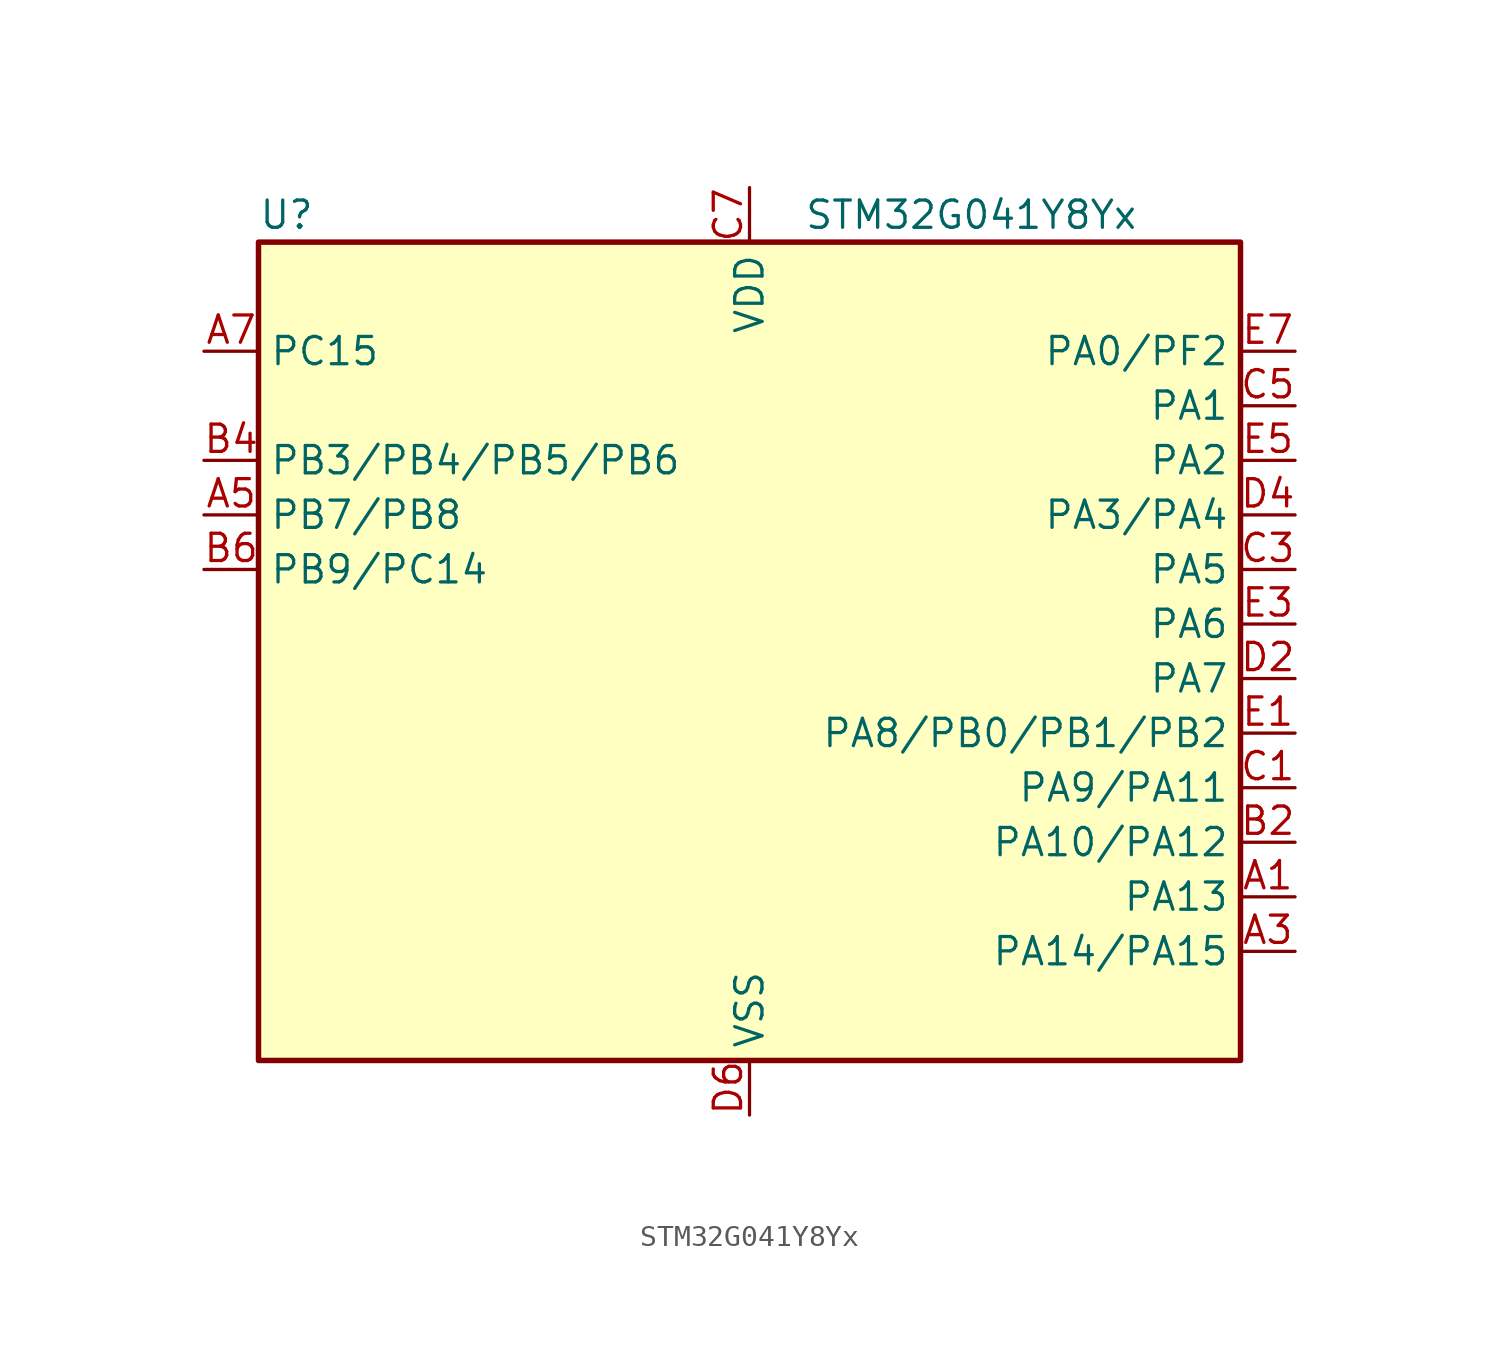
<source format=kicad_sym>
(kicad_symbol_lib
  (version 20241209)
  (generator "kicad_symbol_editor")
  (generator_version "9.0")
  (symbol "STM32G041Y8Yx"
    (property "Reference" "U"
      (at -22.86 21.59 0)
      (effects (font (size 1.27 1.27)) (justify left)))
    (property "Value" "STM32G041Y8Yx"
      (at 2.54 21.59 0)
      (effects (font (size 1.27 1.27)) (justify left)))
    (symbol "STM32G041Y8Yx_0_1"
      (rectangle (start -22.86 -17.78) (end 22.86 20.32) (stroke (width 0.254) (type default)) (fill (type background))))
    (symbol "STM32G041Y8Yx_1_1"
      (pin bidirectional line (at -25.4 15.24 0) (length 2.54) (name "PC15" (effects (font (size 1.27 1.27)))) (number "A7" (effects (font (size 1.27 1.27)))) (alternate "RCC_OSC32_EN" bidirectional line) (alternate "RCC_OSC32_OUT" bidirectional line) (alternate "RCC_OSC_EN" bidirectional line))
      (pin bidirectional line (at -25.4 10.16 0) (length 2.54) (name "PB3/PB4/PB5/PB6" (effects (font (size 1.27 1.27)))) (number "B4" (effects (font (size 1.27 1.27)))) (alternate "I2C1_SCL (PB6)" bidirectional line) (alternate "I2C1_SMBA (PB5)" bidirectional line) (alternate "I2S1_CK (PB3)" bidirectional line) (alternate "I2S1_MCK (PB4)" bidirectional line) (alternate "I2S1_SD (PB5)" bidirectional line) (alternate "LPTIM1_ETR (PB6)" bidirectional line) (alternate "LPTIM1_IN1 (PB5)" bidirectional line) (alternate "PB3" bidirectional line) (alternate "PB4" bidirectional line) (alternate "PB5" bidirectional line) (alternate "PB6" bidirectional line) (alternate "SPI1_MISO (PB4)" bidirectional line) (alternate "SPI1_MOSI (PB5)" bidirectional line) (alternate "SPI1_SCK (PB3)" bidirectional line) (alternate "SPI2_MISO (PB6)" bidirectional line) (alternate "SYS_WKUP6 (PB5)" bidirectional line) (alternate "TIM16_BK (PB5)" bidirectional line) (alternate "TIM16_CH1N (PB6)" bidirectional line) (alternate "TIM17_BK (PB4)" bidirectional line) (alternate "TIM1_CH2 (PB3)" bidirectional line) (alternate "TIM1_CH3 (PB6)" bidirectional line) (alternate "TIM2_CH2 (PB3)" bidirectional line) (alternate "TIM3_CH1 (PB4)" bidirectional line) (alternate "TIM3_CH2 (PB5)" bidirectional line) (alternate "USART1_CK (PB3)" bidirectional line) (alternate "USART1_CTS (PB4)" bidirectional line) (alternate "USART1_DE (PB3)" bidirectional line) (alternate "USART1_NSS (PB4)" bidirectional line) (alternate "USART1_RTS (PB3)" bidirectional line) (alternate "USART1_TX (PB6)" bidirectional line))
      (pin bidirectional line (at -25.4 7.62 0) (length 2.54) (name "PB7/PB8" (effects (font (size 1.27 1.27)))) (number "A5" (effects (font (size 1.27 1.27)))) (alternate "ADC1_IN11 (PB7)" bidirectional line) (alternate "I2C1_SCL (PB8)" bidirectional line) (alternate "I2C1_SDA (PB7)" bidirectional line) (alternate "LPTIM1_IN2 (PB7)" bidirectional line) (alternate "PB7" bidirectional line) (alternate "PB8" bidirectional line) (alternate "SPI2_MOSI (PB7)" bidirectional line) (alternate "SPI2_SCK (PB8)" bidirectional line) (alternate "SYS_PVD_IN (PB7)" bidirectional line) (alternate "TIM16_CH1 (PB8)" bidirectional line) (alternate "TIM17_CH1N (PB7)" bidirectional line) (alternate "USART1_RX (PB7)" bidirectional line))
      (pin bidirectional line (at -25.4 5.08 0) (length 2.54) (name "PB9/PC14" (effects (font (size 1.27 1.27)))) (number "B6" (effects (font (size 1.27 1.27)))) (alternate "I2C1_SDA (PB9)" bidirectional line) (alternate "IR_OUT (PB9)" bidirectional line) (alternate "PB9" bidirectional line) (alternate "PC14" bidirectional line) (alternate "RCC_OSC32_IN (PC14)" bidirectional line) (alternate "RCC_OSC_IN (PC14)" bidirectional line) (alternate "SPI2_NSS (PB9)" bidirectional line) (alternate "TIM17_CH1 (PB9)" bidirectional line) (alternate "TIM1_BK2 (PC14)" bidirectional line))
      (pin power_in line (at 0 22.86 270) (length 2.54) (name "VDD" (effects (font (size 1.27 1.27)))) (number "C7" (effects (font (size 1.27 1.27)))))
      (pin power_in line (at 0 -20.32 90) (length 2.54) (name "VSS" (effects (font (size 1.27 1.27)))) (number "D6" (effects (font (size 1.27 1.27)))))
      (pin bidirectional line (at 25.4 15.24 180) (length 2.54) (name "PA0/PF2" (effects (font (size 1.27 1.27)))) (number "E7" (effects (font (size 1.27 1.27)))) (alternate "ADC1_IN0 (PA0)" bidirectional line) (alternate "LPTIM1_OUT (PA0)" bidirectional line) (alternate "PA0" bidirectional line) (alternate "PF2" bidirectional line) (alternate "RCC_MCO (PF2)" bidirectional line) (alternate "RTC_TAMP_IN2 (PA0)" bidirectional line) (alternate "SPI2_SCK (PA0)" bidirectional line) (alternate "SYS_WKUP1 (PA0)" bidirectional line) (alternate "TIM2_CH1 (PA0)" bidirectional line) (alternate "TIM2_ETR (PA0)" bidirectional line) (alternate "USART2_CTS (PA0)" bidirectional line) (alternate "USART2_NSS (PA0)" bidirectional line))
      (pin bidirectional line (at 25.4 12.7 180) (length 2.54) (name "PA1" (effects (font (size 1.27 1.27)))) (number "C5" (effects (font (size 1.27 1.27)))) (alternate "ADC1_IN1" bidirectional line) (alternate "I2C1_SMBA" bidirectional line) (alternate "I2S1_CK" bidirectional line) (alternate "SPI1_SCK" bidirectional line) (alternate "TIM2_CH2" bidirectional line) (alternate "USART2_CK" bidirectional line) (alternate "USART2_DE" bidirectional line) (alternate "USART2_RTS" bidirectional line))
      (pin bidirectional line (at 25.4 10.16 180) (length 2.54) (name "PA2" (effects (font (size 1.27 1.27)))) (number "E5" (effects (font (size 1.27 1.27)))) (alternate "ADC1_IN2" bidirectional line) (alternate "I2S1_SD" bidirectional line) (alternate "LPUART1_TX" bidirectional line) (alternate "RCC_LSCO" bidirectional line) (alternate "SPI1_MOSI" bidirectional line) (alternate "SYS_WKUP4" bidirectional line) (alternate "TIM2_CH3" bidirectional line) (alternate "USART2_TX" bidirectional line))
      (pin bidirectional line (at 25.4 7.62 180) (length 2.54) (name "PA3/PA4" (effects (font (size 1.27 1.27)))) (number "D4" (effects (font (size 1.27 1.27)))) (alternate "ADC1_IN3 (PA3)" bidirectional line) (alternate "ADC1_IN4 (PA4)" bidirectional line) (alternate "I2S1_WS (PA4)" bidirectional line) (alternate "LPTIM2_OUT (PA4)" bidirectional line) (alternate "LPUART1_RX (PA3)" bidirectional line) (alternate "PA3" bidirectional line) (alternate "PA4" bidirectional line) (alternate "RTC_OUT_ALARM (PA4)" bidirectional line) (alternate "RTC_OUT_CALIB (PA4)" bidirectional line) (alternate "RTC_TAMP_IN1 (PA4)" bidirectional line) (alternate "RTC_TS (PA4)" bidirectional line) (alternate "SPI1_NSS (PA4)" bidirectional line) (alternate "SPI2_MISO (PA3)" bidirectional line) (alternate "SPI2_MOSI (PA4)" bidirectional line) (alternate "SYS_WKUP2 (PA4)" bidirectional line) (alternate "TIM14_CH1 (PA4)" bidirectional line) (alternate "TIM2_CH4 (PA3)" bidirectional line) (alternate "USART2_RX (PA3)" bidirectional line))
      (pin bidirectional line (at 25.4 5.08 180) (length 2.54) (name "PA5" (effects (font (size 1.27 1.27)))) (number "C3" (effects (font (size 1.27 1.27)))) (alternate "ADC1_IN5" bidirectional line) (alternate "I2S1_CK" bidirectional line) (alternate "LPTIM2_ETR" bidirectional line) (alternate "SPI1_SCK" bidirectional line) (alternate "TIM2_CH1" bidirectional line) (alternate "TIM2_ETR" bidirectional line))
      (pin bidirectional line (at 25.4 2.54 180) (length 2.54) (name "PA6" (effects (font (size 1.27 1.27)))) (number "E3" (effects (font (size 1.27 1.27)))) (alternate "ADC1_IN6" bidirectional line) (alternate "I2S1_MCK" bidirectional line) (alternate "LPUART1_CTS" bidirectional line) (alternate "SPI1_MISO" bidirectional line) (alternate "TIM16_CH1" bidirectional line) (alternate "TIM1_BK" bidirectional line) (alternate "TIM3_CH1" bidirectional line))
      (pin bidirectional line (at 25.4 0 180) (length 2.54) (name "PA7" (effects (font (size 1.27 1.27)))) (number "D2" (effects (font (size 1.27 1.27)))) (alternate "ADC1_IN7" bidirectional line) (alternate "I2S1_SD" bidirectional line) (alternate "SPI1_MOSI" bidirectional line) (alternate "TIM14_CH1" bidirectional line) (alternate "TIM17_CH1" bidirectional line) (alternate "TIM1_CH1N" bidirectional line) (alternate "TIM3_CH2" bidirectional line))
      (pin bidirectional line (at 25.4 -2.54 180) (length 2.54) (name "PA8/PB0/PB1/PB2" (effects (font (size 1.27 1.27)))) (number "E1" (effects (font (size 1.27 1.27)))) (alternate "ADC1_IN10 (PB2)" bidirectional line) (alternate "ADC1_IN8 (PB0)" bidirectional line) (alternate "ADC1_IN9 (PB1)" bidirectional line) (alternate "I2S1_WS (PB0)" bidirectional line) (alternate "LPTIM1_OUT (PB0)" bidirectional line) (alternate "LPTIM1_OUT (PB2)" bidirectional line) (alternate "LPTIM2_IN1 (PB1)" bidirectional line) (alternate "LPTIM2_OUT (PA8)" bidirectional line) (alternate "LPUART1_DE (PB1)" bidirectional line) (alternate "LPUART1_RTS (PB1)" bidirectional line) (alternate "PA8" bidirectional line) (alternate "PB0" bidirectional line) (alternate "PB1" bidirectional line) (alternate "PB2" bidirectional line) (alternate "RCC_MCO (PA8)" bidirectional line) (alternate "SPI1_NSS (PB0)" bidirectional line) (alternate "SPI2_MISO (PB2)" bidirectional line) (alternate "SPI2_NSS (PA8)" bidirectional line) (alternate "TIM14_CH1 (PB1)" bidirectional line) (alternate "TIM1_CH1 (PA8)" bidirectional line) (alternate "TIM1_CH2N (PB0)" bidirectional line) (alternate "TIM1_CH3N (PB1)" bidirectional line) (alternate "TIM3_CH3 (PB0)" bidirectional line) (alternate "TIM3_CH4 (PB1)" bidirectional line))
      (pin bidirectional line (at 25.4 -5.08 180) (length 2.54) (name "PA9/PA11" (effects (font (size 1.27 1.27)))) (number "C1" (effects (font (size 1.27 1.27)))) (alternate "ADC1_EXTI11 (PA11)" bidirectional line) (alternate "ADC1_IN15 (PA11)" bidirectional line) (alternate "I2C1_SCL (PA9)" bidirectional line) (alternate "I2C2_SCL (PA11)" bidirectional line) (alternate "I2S1_MCK (PA11)" bidirectional line) (alternate "PA11" bidirectional line) (alternate "PA9" bidirectional line) (alternate "RCC_MCO (PA9)" bidirectional line) (alternate "SPI1_MISO (PA11)" bidirectional line) (alternate "SPI2_MISO (PA9)" bidirectional line) (alternate "TIM1_BK2 (PA11)" bidirectional line) (alternate "TIM1_CH2 (PA9)" bidirectional line) (alternate "TIM1_CH4 (PA11)" bidirectional line) (alternate "USART1_CTS (PA11)" bidirectional line) (alternate "USART1_NSS (PA11)" bidirectional line) (alternate "USART1_TX (PA9)" bidirectional line))
      (pin bidirectional line (at 25.4 -7.62 180) (length 2.54) (name "PA10/PA12" (effects (font (size 1.27 1.27)))) (number "B2" (effects (font (size 1.27 1.27)))) (alternate "ADC1_IN16 (PA12)" bidirectional line) (alternate "I2C1_SDA (PA10)" bidirectional line) (alternate "I2C2_SDA (PA12)" bidirectional line) (alternate "I2S1_SD (PA12)" bidirectional line) (alternate "I2S_CKIN (PA12)" bidirectional line) (alternate "PA10" bidirectional line) (alternate "PA12" bidirectional line) (alternate "SPI1_MOSI (PA12)" bidirectional line) (alternate "SPI2_MOSI (PA10)" bidirectional line) (alternate "TIM17_BK (PA10)" bidirectional line) (alternate "TIM1_CH3 (PA10)" bidirectional line) (alternate "TIM1_ETR (PA12)" bidirectional line) (alternate "USART1_CK (PA12)" bidirectional line) (alternate "USART1_DE (PA12)" bidirectional line) (alternate "USART1_RTS (PA12)" bidirectional line) (alternate "USART1_RX (PA10)" bidirectional line))
      (pin bidirectional line (at 25.4 -10.16 180) (length 2.54) (name "PA13" (effects (font (size 1.27 1.27)))) (number "A1" (effects (font (size 1.27 1.27)))) (alternate "ADC1_IN17" bidirectional line) (alternate "IR_OUT" bidirectional line) (alternate "SYS_SWDIO" bidirectional line))
      (pin bidirectional line (at 25.4 -12.7 180) (length 2.54) (name "PA14/PA15" (effects (font (size 1.27 1.27)))) (number "A3" (effects (font (size 1.27 1.27)))) (alternate "ADC1_IN18 (PA14)" bidirectional line) (alternate "I2S1_WS (PA15)" bidirectional line) (alternate "PA14" bidirectional line) (alternate "PA15" bidirectional line) (alternate "SPI1_NSS (PA15)" bidirectional line) (alternate "SYS_SWCLK (PA14)" bidirectional line) (alternate "TIM2_CH1 (PA15)" bidirectional line) (alternate "TIM2_ETR (PA15)" bidirectional line) (alternate "USART2_RX (PA15)" bidirectional line) (alternate "USART2_TX (PA14)" bidirectional line)))))
</source>
